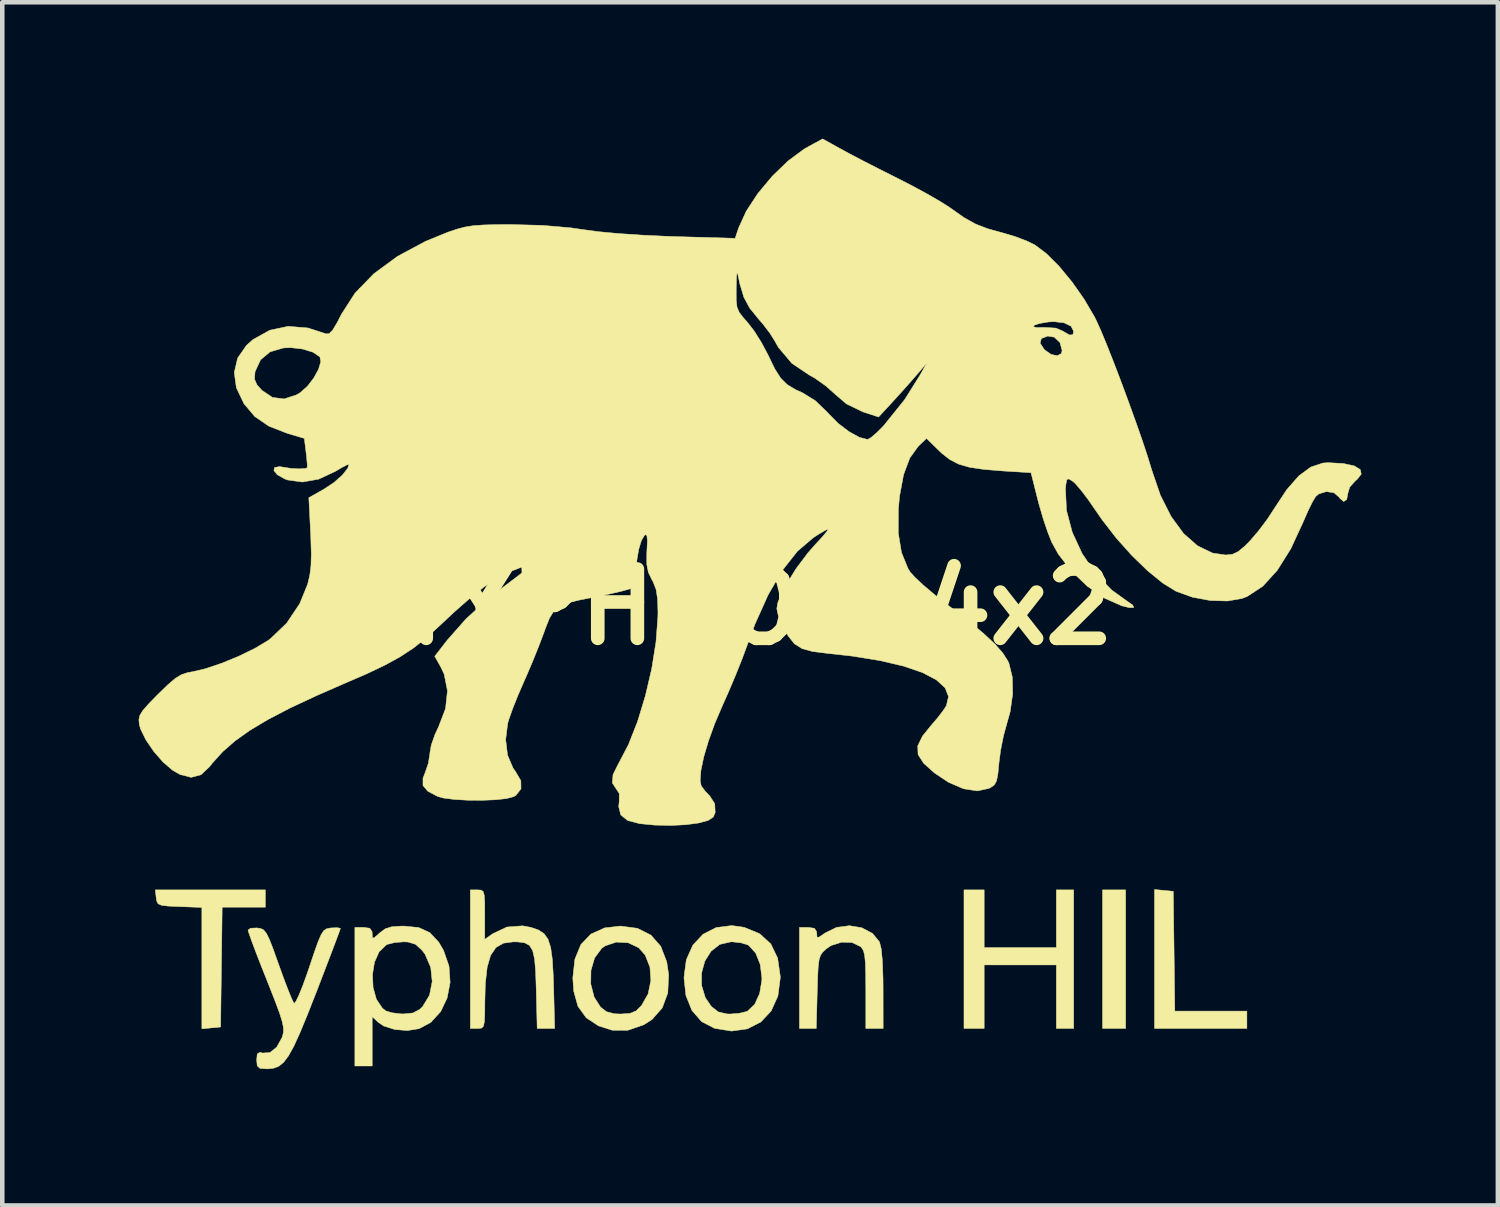
<source format=kicad_pcb>
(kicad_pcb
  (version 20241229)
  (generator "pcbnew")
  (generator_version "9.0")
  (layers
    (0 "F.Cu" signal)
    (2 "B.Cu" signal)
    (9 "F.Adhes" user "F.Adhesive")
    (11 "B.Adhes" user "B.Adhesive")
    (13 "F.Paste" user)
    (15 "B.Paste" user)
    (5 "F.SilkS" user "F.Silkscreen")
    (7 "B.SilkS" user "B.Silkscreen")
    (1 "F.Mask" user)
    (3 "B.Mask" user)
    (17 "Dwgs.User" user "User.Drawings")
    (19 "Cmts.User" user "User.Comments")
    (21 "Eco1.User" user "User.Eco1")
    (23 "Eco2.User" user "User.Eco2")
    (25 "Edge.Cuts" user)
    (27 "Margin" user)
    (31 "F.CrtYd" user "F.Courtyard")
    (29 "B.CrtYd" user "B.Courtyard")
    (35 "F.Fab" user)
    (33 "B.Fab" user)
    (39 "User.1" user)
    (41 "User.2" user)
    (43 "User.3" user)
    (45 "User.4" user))
  (footprint "TYPHOON_4x2"
    (layer "F.Cu")
    (at 13.582 10.301)
    (property "Reference" "TYPHOON_4x2" (at 0 0 0) (layer "F.SilkS") (effects (font (size 1.524 1.524) (thickness 0.3))))
    (attr through_hole)
    (fp_poly (pts (xy 8.128 9.271) (xy 7.62 9.271) (xy 7.62 6.223) (xy 8.128 6.223) (xy 8.128 9.271)) (stroke (width 0.01) (type solid)) (fill yes) (layer "F.SilkS"))
    (fp_poly (pts (xy 8.969 6.235) (xy 9.176 6.255) (xy 9.21 8.89) (xy 10.795 8.89) (xy 10.795 9.271) (xy 8.763 9.271) (xy 8.763 6.215) (xy 8.969 6.235)) (stroke (width 0.01) (type solid)) (fill yes) (layer "F.SilkS"))
    (fp_poly (pts (xy 5.016 7.493) (xy 6.604 7.493) (xy 6.604 6.223) (xy 6.985 6.223) (xy 6.985 9.271) (xy 6.604 9.271) (xy 6.604 7.874) (xy 5.016 7.874) (xy 5.016 9.271) (xy 4.572 9.271) (xy 4.572 6.223) (xy 5.016 6.223) (xy 5.016 7.493)) (stroke (width 0.01) (type solid)) (fill yes) (layer "F.SilkS"))
    (fp_poly (pts (xy -10.795 6.604) (xy -11.745 6.604) (xy -11.779 9.239) (xy -12.192 9.279) (xy -12.192 6.609) (xy -12.684 6.591) (xy -12.931 6.58) (xy -13.079 6.562) (xy -13.155 6.528) (xy -13.186 6.467) (xy -13.196 6.398) (xy -13.216 6.223) (xy -10.795 6.223) (xy -10.795 6.604)) (stroke (width 0.01) (type solid)) (fill yes) (layer "F.SilkS"))
    (fp_poly (pts (xy 2.327 7.057) (xy 2.56 7.181) (xy 2.713 7.366) (xy 2.751 7.517) (xy 2.778 7.789) (xy 2.791 8.174) (xy 2.793 8.398) (xy 2.794 9.271) (xy 2.413 9.271) (xy 2.413 8.424) (xy 2.411 8.073) (xy 2.403 7.827) (xy 2.387 7.663) (xy 2.36 7.559) (xy 2.319 7.493) (xy 2.297 7.471) (xy 2.111 7.381) (xy 1.88 7.374) (xy 1.65 7.447) (xy 1.543 7.519) (xy 1.47 7.587) (xy 1.419 7.657) (xy 1.386 7.755) (xy 1.366 7.905) (xy 1.354 8.131) (xy 1.345 8.459) (xy 1.344 8.472) (xy 1.323 9.271) (xy 0.953 9.271) (xy 0.953 7.048) (xy 1.143 7.048) (xy 1.282 7.068) (xy 1.331 7.142) (xy 1.333 7.177) (xy 1.339 7.259) (xy 1.376 7.267) (xy 1.476 7.201) (xy 1.514 7.173) (xy 1.77 7.048) (xy 2.052 7.011) (xy 2.327 7.057)) (stroke (width 0.01) (type solid)) (fill yes) (layer "F.SilkS"))
    (fp_poly (pts (xy -6.051 6.228) (xy -6.004 6.259) (xy -5.98 6.342) (xy -5.97 6.502) (xy -5.969 6.763) (xy -5.969 6.767) (xy -5.969 7.311) (xy -5.794 7.188) (xy -5.481 7.04) (xy -5.137 7.014) (xy -4.958 7.047) (xy -4.79 7.104) (xy -4.666 7.185) (xy -4.578 7.307) (xy -4.519 7.49) (xy -4.483 7.751) (xy -4.462 8.111) (xy -4.454 8.362) (xy -4.431 9.271) (xy -4.816 9.271) (xy -4.837 8.408) (xy -4.85 8.022) (xy -4.873 7.745) (xy -4.915 7.559) (xy -4.984 7.446) (xy -5.089 7.388) (xy -5.239 7.368) (xy -5.339 7.366) (xy -5.557 7.395) (xy -5.722 7.489) (xy -5.84 7.662) (xy -5.916 7.924) (xy -5.957 8.289) (xy -5.967 8.684) (xy -5.969 8.959) (xy -5.978 9.131) (xy -5.999 9.224) (xy -6.04 9.263) (xy -6.107 9.271) (xy -6.128 9.271) (xy -6.287 9.271) (xy -6.287 6.223) (xy -6.128 6.223) (xy -6.051 6.228)) (stroke (width 0.01) (type solid)) (fill yes) (layer "F.SilkS"))
    (fp_poly (pts (xy -2.61 7.069) (xy -2.313 7.219) (xy -2.098 7.465) (xy -1.966 7.806) (xy -1.924 8.088) (xy -1.943 8.491) (xy -2.065 8.82) (xy -2.289 9.074) (xy -2.474 9.192) (xy -2.825 9.312) (xy -3.168 9.31) (xy -3.467 9.214) (xy -3.738 9.036) (xy -3.919 8.784) (xy -4.013 8.449) (xy -4.023 8.295) (xy -3.637 8.295) (xy -3.563 8.58) (xy -3.423 8.801) (xy -3.292 8.903) (xy -3.122 8.948) (xy -2.979 8.954) (xy -2.775 8.94) (xy -2.64 8.884) (xy -2.522 8.768) (xy -2.376 8.512) (xy -2.315 8.218) (xy -2.336 7.922) (xy -2.439 7.66) (xy -2.582 7.496) (xy -2.815 7.386) (xy -3.078 7.372) (xy -3.322 7.455) (xy -3.397 7.509) (xy -3.553 7.72) (xy -3.633 7.995) (xy -3.637 8.295) (xy -4.023 8.295) (xy -4.032 8.16) (xy -3.987 7.748) (xy -3.854 7.425) (xy -3.634 7.195) (xy -3.331 7.059) (xy -2.985 7.019) (xy -2.61 7.069)) (stroke (width 0.01) (type solid)) (fill yes) (layer "F.SilkS"))
    (fp_poly (pts (xy -0.26 7.048) (xy 0.078 7.187) (xy 0.323 7.412) (xy 0.473 7.723) (xy 0.53 8.119) (xy 0.531 8.162) (xy 0.479 8.559) (xy 0.332 8.885) (xy 0.104 9.129) (xy -0.192 9.28) (xy -0.542 9.329) (xy -0.913 9.269) (xy -1.199 9.121) (xy -1.412 8.876) (xy -1.544 8.547) (xy -1.587 8.156) (xy -1.574 8.05) (xy -1.2 8.05) (xy -1.199 8.327) (xy -1.118 8.593) (xy -0.986 8.787) (xy -0.832 8.908) (xy -0.641 8.952) (xy -0.57 8.954) (xy -0.372 8.938) (xy -0.211 8.899) (xy -0.187 8.888) (xy -0.031 8.739) (xy 0.078 8.501) (xy 0.126 8.209) (xy 0.127 8.16) (xy 0.09 7.862) (xy -0.01 7.613) (xy -0.16 7.448) (xy -0.187 7.431) (xy -0.331 7.388) (xy -0.525 7.366) (xy -0.555 7.366) (xy -0.798 7.422) (xy -0.991 7.572) (xy -1.128 7.79) (xy -1.2 8.05) (xy -1.574 8.05) (xy -1.536 7.762) (xy -1.392 7.439) (xy -1.168 7.199) (xy -0.877 7.051) (xy -0.533 7.008) (xy -0.26 7.048)) (stroke (width 0.01) (type solid)) (fill yes) (layer "F.SilkS"))
    (fp_poly (pts (xy -7.421 7.052) (xy -7.177 7.164) (xy -6.982 7.372) (xy -6.874 7.558) (xy -6.755 7.903) (xy -6.731 8.259) (xy -6.796 8.6) (xy -6.94 8.902) (xy -7.156 9.138) (xy -7.413 9.276) (xy -7.67 9.317) (xy -7.946 9.295) (xy -8.19 9.218) (xy -8.309 9.139) (xy -8.445 9.012) (xy -8.445 10.097) (xy -8.826 10.097) (xy -8.826 8.088) (xy -8.439 8.088) (xy -8.425 8.372) (xy -8.353 8.629) (xy -8.221 8.826) (xy -8.144 8.885) (xy -8.012 8.926) (xy -7.819 8.95) (xy -7.76 8.952) (xy -7.548 8.931) (xy -7.397 8.85) (xy -7.336 8.791) (xy -7.184 8.539) (xy -7.125 8.239) (xy -7.158 7.926) (xy -7.283 7.638) (xy -7.345 7.555) (xy -7.49 7.421) (xy -7.658 7.37) (xy -7.757 7.366) (xy -7.953 7.382) (xy -8.112 7.422) (xy -8.132 7.431) (xy -8.292 7.584) (xy -8.395 7.814) (xy -8.439 8.088) (xy -8.826 8.088) (xy -8.826 7.048) (xy -8.636 7.048) (xy -8.498 7.067) (xy -8.449 7.14) (xy -8.445 7.187) (xy -8.441 7.274) (xy -8.407 7.281) (xy -8.317 7.204) (xy -8.283 7.172) (xy -8.16 7.08) (xy -8.014 7.034) (xy -7.796 7.019) (xy -7.746 7.019) (xy -7.421 7.052)) (stroke (width 0.01) (type solid)) (fill yes) (layer "F.SilkS"))
    (fp_poly (pts (xy -9.144 7.07) (xy -9.144 7.072) (xy -9.166 7.137) (xy -9.228 7.304) (xy -9.323 7.556) (xy -9.445 7.875) (xy -9.587 8.246) (xy -9.681 8.489) (xy -9.875 8.982) (xy -10.035 9.369) (xy -10.168 9.661) (xy -10.285 9.872) (xy -10.392 10.015) (xy -10.498 10.102) (xy -10.612 10.146) (xy -10.741 10.16) (xy -10.767 10.16) (xy -10.914 10.149) (xy -10.974 10.093) (xy -10.986 9.965) (xy -10.974 9.833) (xy -10.921 9.797) (xy -10.854 9.812) (xy -10.695 9.802) (xy -10.546 9.683) (xy -10.43 9.475) (xy -10.416 9.436) (xy -10.397 9.352) (xy -10.397 9.255) (xy -10.423 9.125) (xy -10.479 8.943) (xy -10.573 8.689) (xy -10.708 8.344) (xy -10.763 8.206) (xy -10.898 7.867) (xy -11.014 7.567) (xy -11.104 7.326) (xy -11.16 7.166) (xy -11.176 7.108) (xy -11.121 7.067) (xy -10.986 7.06) (xy -10.978 7.06) (xy -10.896 7.073) (xy -10.831 7.106) (xy -10.772 7.179) (xy -10.707 7.31) (xy -10.625 7.52) (xy -10.515 7.829) (xy -10.499 7.873) (xy -10.391 8.172) (xy -10.293 8.428) (xy -10.216 8.617) (xy -10.169 8.714) (xy -10.164 8.72) (xy -10.127 8.683) (xy -10.059 8.545) (xy -9.97 8.325) (xy -9.869 8.044) (xy -9.829 7.927) (xy -9.717 7.593) (xy -9.634 7.36) (xy -9.569 7.21) (xy -9.513 7.123) (xy -9.453 7.081) (xy -9.381 7.064) (xy -9.345 7.06) (xy -9.207 7.055) (xy -9.144 7.07)) (stroke (width 0.01) (type solid)) (fill yes) (layer "F.SilkS"))
    (fp_poly (pts (xy 1.859 -10.076) (xy 2.063 -9.965) (xy 2.348 -9.816) (xy 2.678 -9.647) (xy 3.022 -9.474) (xy 3.111 -9.429) (xy 3.444 -9.258) (xy 3.765 -9.084) (xy 4.042 -8.924) (xy 4.245 -8.796) (xy 4.287 -8.766) (xy 4.575 -8.563) (xy 4.828 -8.422) (xy 5.101 -8.318) (xy 5.423 -8.229) (xy 5.694 -8.149) (xy 5.959 -8.048) (xy 6.133 -7.963) (xy 6.385 -7.773) (xy 6.665 -7.493) (xy 6.949 -7.149) (xy 7.216 -6.769) (xy 7.444 -6.38) (xy 7.475 -6.318) (xy 7.574 -6.101) (xy 7.704 -5.789) (xy 7.855 -5.407) (xy 8.019 -4.979) (xy 8.185 -4.531) (xy 8.345 -4.088) (xy 8.49 -3.675) (xy 8.609 -3.317) (xy 8.694 -3.039) (xy 8.701 -3.016) (xy 8.891 -2.46) (xy 9.128 -1.99) (xy 9.403 -1.615) (xy 9.711 -1.344) (xy 10.042 -1.185) (xy 10.328 -1.143) (xy 10.475 -1.158) (xy 10.605 -1.218) (xy 10.755 -1.344) (xy 10.857 -1.447) (xy 11.047 -1.668) (xy 11.249 -1.937) (xy 11.395 -2.161) (xy 11.673 -2.582) (xy 11.939 -2.885) (xy 12.2 -3.077) (xy 12.467 -3.166) (xy 12.586 -3.174) (xy 12.918 -3.155) (xy 13.155 -3.104) (xy 13.288 -3.024) (xy 13.311 -2.922) (xy 13.216 -2.802) (xy 13.187 -2.78) (xy 13.057 -2.637) (xy 13.018 -2.507) (xy 12.99 -2.362) (xy 12.924 -2.319) (xy 12.842 -2.388) (xy 12.828 -2.411) (xy 12.711 -2.512) (xy 12.544 -2.538) (xy 12.378 -2.487) (xy 12.309 -2.429) (xy 12.24 -2.317) (xy 12.145 -2.125) (xy 12.044 -1.894) (xy 12.035 -1.873) (xy 11.759 -1.276) (xy 11.462 -0.804) (xy 11.145 -0.456) (xy 10.808 -0.234) (xy 10.689 -0.187) (xy 10.368 -0.131) (xy 9.99 -0.142) (xy 9.599 -0.214) (xy 9.242 -0.343) (xy 9.238 -0.344) (xy 8.945 -0.525) (xy 8.613 -0.795) (xy 8.264 -1.133) (xy 7.921 -1.517) (xy 7.606 -1.924) (xy 7.478 -2.109) (xy 7.312 -2.351) (xy 7.153 -2.561) (xy 7.026 -2.709) (xy 6.973 -2.758) (xy 6.881 -2.816) (xy 6.835 -2.804) (xy 6.814 -2.699) (xy 6.805 -2.589) (xy 6.827 -2.124) (xy 6.954 -1.643) (xy 7.172 -1.173) (xy 7.466 -0.74) (xy 7.821 -0.372) (xy 8.143 -0.14) (xy 8.283 -0.042) (xy 8.307 0.012) (xy 8.218 0.017) (xy 8.041 -0.026) (xy 7.662 -0.194) (xy 7.283 -0.458) (xy 6.935 -0.79) (xy 6.647 -1.163) (xy 6.5 -1.429) (xy 6.413 -1.65) (xy 6.314 -1.943) (xy 6.223 -2.256) (xy 6.195 -2.361) (xy 6.046 -2.953) (xy 5.42 -2.992) (xy 5.008 -3.026) (xy 4.696 -3.072) (xy 4.457 -3.141) (xy 4.262 -3.241) (xy 4.084 -3.38) (xy 4.021 -3.44) (xy 3.748 -3.708) (xy 3.565 -3.533) (xy 3.381 -3.277) (xy 3.243 -2.909) (xy 3.155 -2.437) (xy 3.129 -2.147) (xy 3.127 -1.627) (xy 3.197 -1.199) (xy 3.339 -0.849) (xy 3.385 -0.773) (xy 3.487 -0.658) (xy 3.668 -0.489) (xy 3.906 -0.287) (xy 4.176 -0.072) (xy 4.248 -0.018) (xy 4.675 0.311) (xy 5.005 0.585) (xy 5.251 0.814) (xy 5.424 1.011) (xy 5.536 1.185) (xy 5.562 1.242) (xy 5.635 1.542) (xy 5.643 1.91) (xy 5.588 2.304) (xy 5.517 2.558) (xy 5.441 2.835) (xy 5.376 3.163) (xy 5.342 3.428) (xy 5.318 3.674) (xy 5.289 3.825) (xy 5.241 3.913) (xy 5.162 3.97) (xy 5.118 3.992) (xy 4.865 4.046) (xy 4.562 3.999) (xy 4.23 3.856) (xy 3.92 3.649) (xy 3.683 3.436) (xy 3.562 3.246) (xy 3.555 3.055) (xy 3.659 2.841) (xy 3.832 2.626) (xy 3.99 2.441) (xy 4.12 2.272) (xy 4.185 2.172) (xy 4.232 1.97) (xy 4.157 1.78) (xy 3.965 1.604) (xy 3.66 1.444) (xy 3.247 1.302) (xy 2.73 1.181) (xy 2.114 1.081) (xy 1.572 1.021) (xy 1.243 0.98) (xy 1.009 0.916) (xy 0.84 0.808) (xy 0.704 0.636) (xy 0.571 0.38) (xy 0.569 0.376) (xy 0.484 0.175) (xy 0.455 0.036) (xy 0.476 -0.091) (xy 0.494 -0.14) (xy 0.652 -0.475) (xy 0.879 -0.843) (xy 1.143 -1.194) (xy 1.305 -1.378) (xy 1.455 -1.54) (xy 1.555 -1.659) (xy 1.588 -1.713) (xy 1.586 -1.714) (xy 1.515 -1.682) (xy 1.374 -1.599) (xy 1.255 -1.522) (xy 0.909 -1.226) (xy 0.578 -0.807) (xy 0.266 -0.27) (xy -0.026 0.38) (xy -0.191 0.826) (xy -0.306 1.137) (xy -0.455 1.51) (xy -0.618 1.894) (xy -0.741 2.169) (xy -0.909 2.562) (xy -1.048 2.946) (xy -1.152 3.298) (xy -1.215 3.598) (xy -1.231 3.823) (xy -1.208 3.935) (xy -1.121 4.052) (xy -1.022 4.154) (xy -0.91 4.327) (xy -0.901 4.522) (xy -0.942 4.621) (xy -1.053 4.695) (xy -1.264 4.752) (xy -1.548 4.79) (xy -1.88 4.806) (xy -2.233 4.798) (xy -2.564 4.766) (xy -2.826 4.697) (xy -2.977 4.575) (xy -3.023 4.392) (xy -3.012 4.285) (xy -3.011 4.101) (xy -3.075 4.005) (xy -3.163 3.87) (xy -3.148 3.688) (xy -3.029 3.447) (xy -3.026 3.444) (xy -2.809 3.03) (xy -2.609 2.523) (xy -2.436 1.955) (xy -2.297 1.361) (xy -2.203 0.772) (xy -2.161 0.223) (xy -2.159 0.115) (xy -2.168 -0.177) (xy -2.201 -0.386) (xy -2.266 -0.552) (xy -2.293 -0.601) (xy -2.371 -0.763) (xy -2.405 -0.937) (xy -2.405 -1.174) (xy -2.402 -1.237) (xy -2.392 -1.458) (xy -2.403 -1.57) (xy -2.435 -1.592) (xy -2.453 -1.58) (xy -2.523 -1.464) (xy -2.583 -1.266) (xy -2.623 -1.029) (xy -2.635 -0.8) (xy -2.626 -0.683) (xy -2.612 -0.53) (xy -2.658 -0.45) (xy -2.794 -0.392) (xy -2.803 -0.389) (xy -2.966 -0.345) (xy -3.208 -0.289) (xy -3.484 -0.232) (xy -3.555 -0.218) (xy -3.908 -0.148) (xy -4.161 -0.083) (xy -4.335 -0.006) (xy -4.456 0.1) (xy -4.547 0.25) (xy -4.631 0.461) (xy -4.662 0.548) (xy -4.77 0.836) (xy -4.909 1.181) (xy -5.055 1.525) (xy -5.114 1.657) (xy -5.24 1.948) (xy -5.353 2.231) (xy -5.436 2.464) (xy -5.465 2.561) (xy -5.509 2.919) (xy -5.468 3.26) (xy -5.346 3.546) (xy -5.294 3.618) (xy -5.175 3.821) (xy -5.172 4.001) (xy -5.282 4.142) (xy -5.334 4.173) (xy -5.488 4.214) (xy -5.731 4.241) (xy -6.028 4.253) (xy -6.343 4.251) (xy -6.638 4.234) (xy -6.878 4.203) (xy -7.003 4.169) (xy -7.223 4.053) (xy -7.328 3.926) (xy -7.328 3.768) (xy -7.281 3.646) (xy -7.209 3.436) (xy -7.176 3.225) (xy -7.176 3.211) (xy -7.146 3.04) (xy -7.068 2.815) (xy -6.985 2.635) (xy -6.832 2.236) (xy -6.79 1.844) (xy -6.861 1.481) (xy -6.932 1.329) (xy -7.069 1.085) (xy -6.795 0.731) (xy -6.379 0.26) (xy -5.863 -0.208) (xy -5.373 -0.58) (xy -5.16 -0.742) (xy -5.059 -0.845) (xy -5.068 -0.888) (xy -5.184 -0.866) (xy -5.407 -0.778) (xy -5.493 -0.739) (xy -5.73 -0.611) (xy -5.986 -0.439) (xy -6.277 -0.208) (xy -6.62 0.093) (xy -6.985 0.434) (xy -7.268 0.69) (xy -7.542 0.907) (xy -7.835 1.099) (xy -8.173 1.284) (xy -8.584 1.479) (xy -8.976 1.648) (xy -9.666 1.949) (xy -10.248 2.221) (xy -10.733 2.474) (xy -11.134 2.713) (xy -11.464 2.948) (xy -11.735 3.185) (xy -11.96 3.434) (xy -12.02 3.511) (xy -12.211 3.691) (xy -12.427 3.748) (xy -12.673 3.685) (xy -12.837 3.591) (xy -13.045 3.412) (xy -13.251 3.176) (xy -13.425 2.92) (xy -13.541 2.683) (xy -13.568 2.583) (xy -13.577 2.478) (xy -13.556 2.384) (xy -13.49 2.277) (xy -13.363 2.132) (xy -13.16 1.924) (xy -13.153 1.918) (xy -12.935 1.706) (xy -12.773 1.569) (xy -12.639 1.488) (xy -12.503 1.443) (xy -12.4 1.425) (xy -12.108 1.357) (xy -11.753 1.237) (xy -11.379 1.083) (xy -11.029 0.912) (xy -10.746 0.744) (xy -10.689 0.704) (xy -10.326 0.356) (xy -10.039 -0.073) (xy -9.865 -0.5) (xy -9.818 -0.696) (xy -9.792 -0.907) (xy -9.785 -1.169) (xy -9.795 -1.513) (xy -9.8 -1.63) (xy -9.839 -2.403) (xy -9.503 -2.593) (xy -9.286 -2.737) (xy -9.104 -2.898) (xy -8.985 -3.047) (xy -8.954 -3.138) (xy -9.002 -3.125) (xy -9.127 -3.059) (xy -9.255 -2.983) (xy -9.62 -2.812) (xy -9.978 -2.748) (xy -10.309 -2.794) (xy -10.368 -2.816) (xy -10.533 -2.909) (xy -10.608 -3.001) (xy -10.592 -3.068) (xy -10.482 -3.088) (xy -10.398 -3.074) (xy -10.225 -3.047) (xy -10.047 -3.038) (xy -9.913 -3.047) (xy -9.873 -3.064) (xy -9.873 -3.13) (xy -9.887 -3.282) (xy -9.899 -3.394) (xy -9.938 -3.708) (xy -10.307 -3.817) (xy -10.716 -3.976) (xy -11.028 -4.189) (xy -11.265 -4.47) (xy -11.433 -4.821) (xy -11.459 -5.012) (xy -11.034 -5.012) (xy -10.98 -4.888) (xy -10.871 -4.765) (xy -10.638 -4.609) (xy -10.381 -4.576) (xy -10.107 -4.667) (xy -10.027 -4.715) (xy -9.87 -4.854) (xy -9.731 -5.035) (xy -9.626 -5.226) (xy -9.576 -5.393) (xy -9.595 -5.5) (xy -9.743 -5.602) (xy -9.972 -5.673) (xy -10.235 -5.704) (xy -10.397 -5.698) (xy -10.69 -5.612) (xy -10.901 -5.436) (xy -11.019 -5.182) (xy -11.023 -5.162) (xy -11.034 -5.012) (xy -11.459 -5.012) (xy -11.479 -5.159) (xy -11.405 -5.474) (xy -11.21 -5.755) (xy -11.068 -5.881) (xy -10.698 -6.087) (xy -10.292 -6.173) (xy -9.857 -6.137) (xy -9.457 -6.007) (xy -9.392 -6.012) (xy -9.314 -6.091) (xy -9.212 -6.262) (xy -9.123 -6.437) (xy -8.917 -6.757) (xy -0.438 -6.757) (xy -0.421 -6.598) (xy -0.371 -6.478) (xy -0.274 -6.354) (xy -0.195 -6.267) (xy -0.044 -6.072) (xy 0.12 -5.812) (xy 0.263 -5.542) (xy 0.272 -5.523) (xy 0.413 -5.233) (xy 0.54 -5.034) (xy 0.68 -4.894) (xy 0.862 -4.783) (xy 1.023 -4.71) (xy 1.303 -4.537) (xy 1.577 -4.272) (xy 1.594 -4.251) (xy 1.805 -4.038) (xy 2.043 -3.857) (xy 2.271 -3.731) (xy 2.452 -3.684) (xy 2.529 -3.727) (xy 2.66 -3.84) (xy 2.804 -3.985) (xy 3.271 -4.566) (xy 3.612 -5.112) (xy 3.755 -5.366) (xy 3.512 -5.083) (xy 3.33 -4.875) (xy 3.117 -4.638) (xy 2.982 -4.49) (xy 2.694 -4.179) (xy 2.347 -4.292) (xy 1.989 -4.465) (xy 1.746 -4.673) (xy 1.534 -4.862) (xy 1.284 -5.038) (xy 1.167 -5.103) (xy 0.786 -5.359) (xy 0.491 -5.709) (xy 0.438 -5.802) (xy 6.247 -5.802) (xy 6.34 -5.662) (xy 6.346 -5.655) (xy 6.49 -5.555) (xy 6.624 -5.527) (xy 6.713 -5.573) (xy 6.731 -5.639) (xy 6.683 -5.817) (xy 6.56 -5.934) (xy 6.415 -5.959) (xy 6.273 -5.904) (xy 6.247 -5.802) (xy 0.438 -5.802) (xy 0.402 -5.865) (xy 0.3 -6.027) (xy 0.196 -6.163) (xy 6.097 -6.163) (xy 6.179 -6.145) (xy 6.318 -6.15) (xy 6.594 -6.134) (xy 6.742 -6.07) (xy 6.891 -5.983) (xy 6.967 -5.988) (xy 6.985 -6.062) (xy 6.928 -6.175) (xy 6.774 -6.25) (xy 6.551 -6.276) (xy 6.43 -6.269) (xy 6.233 -6.236) (xy 6.118 -6.197) (xy 6.097 -6.163) (xy 0.196 -6.163) (xy 0.15 -6.223) (xy 0.053 -6.335) (xy -0.141 -6.574) (xy -0.268 -6.809) (xy -0.356 -7.097) (xy -0.379 -7.207) (xy -0.405 -7.323) (xy -0.422 -7.347) (xy -0.431 -7.268) (xy -0.436 -7.076) (xy -0.438 -6.999) (xy -0.438 -6.757) (xy -8.917 -6.757) (xy -8.824 -6.902) (xy -8.411 -7.328) (xy -7.891 -7.711) (xy -7.272 -8.043) (xy -6.782 -8.243) (xy -6.584 -8.31) (xy -6.408 -8.357) (xy -6.222 -8.387) (xy -5.994 -8.403) (xy -5.695 -8.411) (xy -5.397 -8.412) (xy -4.703 -8.394) (xy -4.079 -8.34) (xy -3.81 -8.301) (xy -3.476 -8.256) (xy -3.044 -8.215) (xy -2.542 -8.181) (xy -2.001 -8.155) (xy -1.802 -8.148) (xy -0.461 -8.109) (xy -0.386 -8.336) (xy -0.218 -8.704) (xy 0.036 -9.093) (xy 0.352 -9.472) (xy 0.699 -9.808) (xy 1.052 -10.07) (xy 1.139 -10.12) (xy 1.463 -10.296) (xy 1.859 -10.076)) (stroke (width 0.01) (type solid)) (fill yes) (layer "F.SilkS")))
  (gr_rect
    (start -3 -3)
    (end 29.898 23.466)
    (stroke (width 0.1) (type default))
    (fill no)
    (layer "Edge.Cuts")))
</source>
